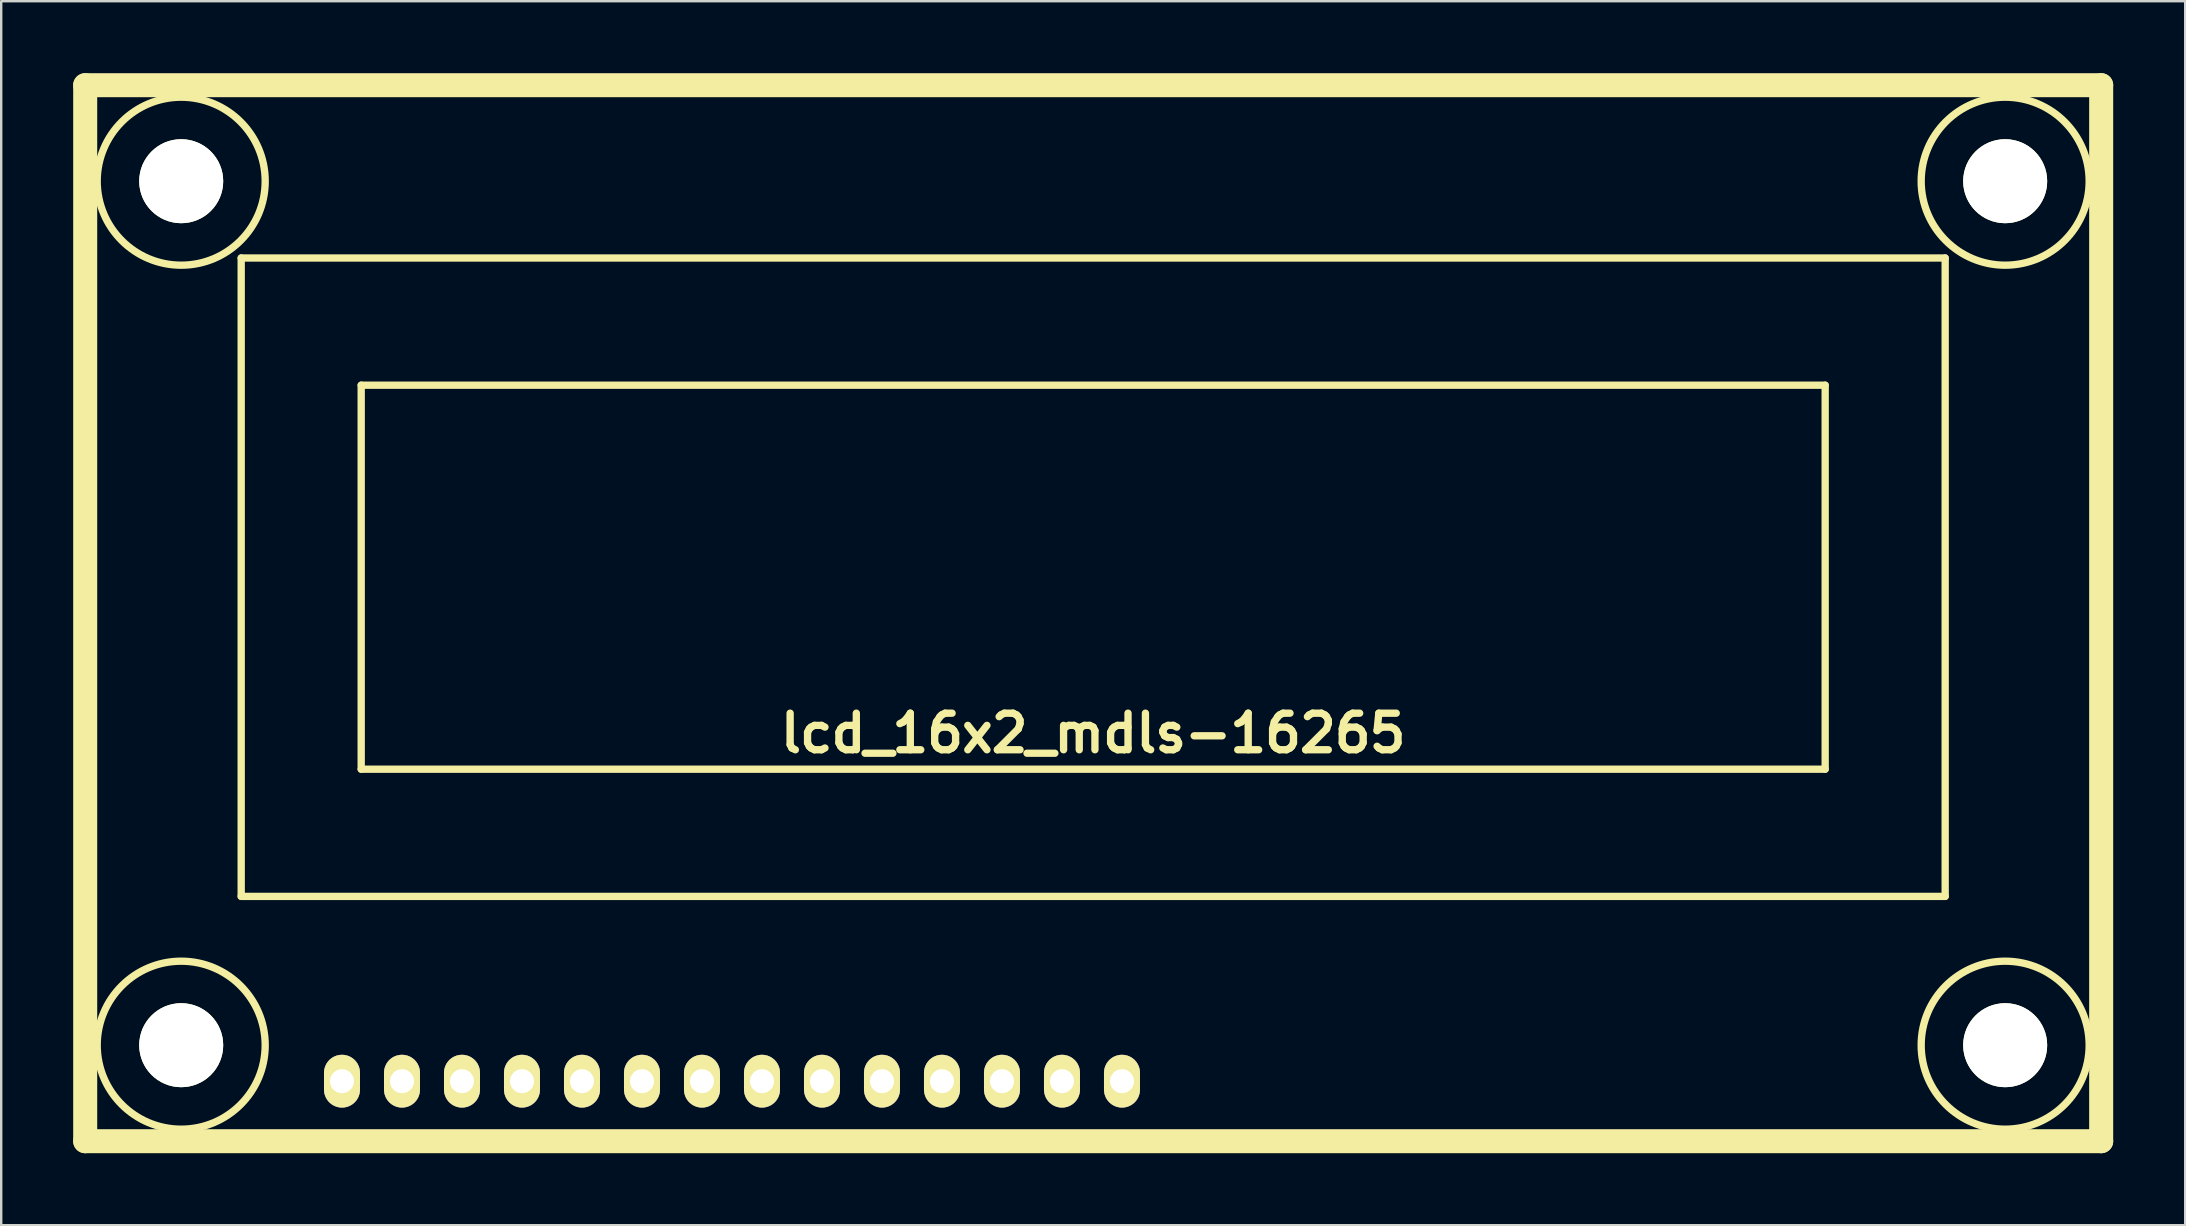
<source format=kicad_pcb>
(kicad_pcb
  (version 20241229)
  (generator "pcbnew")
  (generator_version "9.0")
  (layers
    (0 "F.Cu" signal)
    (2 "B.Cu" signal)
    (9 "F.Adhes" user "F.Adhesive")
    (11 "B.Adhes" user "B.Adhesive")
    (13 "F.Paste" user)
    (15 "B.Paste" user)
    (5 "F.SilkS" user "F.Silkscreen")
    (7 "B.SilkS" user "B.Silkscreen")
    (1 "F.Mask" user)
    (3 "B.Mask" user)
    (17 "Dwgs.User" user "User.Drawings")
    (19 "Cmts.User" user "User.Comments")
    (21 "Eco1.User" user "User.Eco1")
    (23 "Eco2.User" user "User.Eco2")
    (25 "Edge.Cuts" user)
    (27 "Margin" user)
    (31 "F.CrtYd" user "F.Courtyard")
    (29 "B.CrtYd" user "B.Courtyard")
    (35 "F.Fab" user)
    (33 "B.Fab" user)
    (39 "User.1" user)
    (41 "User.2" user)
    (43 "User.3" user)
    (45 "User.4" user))
  (footprint "lcd_16x2_mdls-16265"
    (layer "F.Cu")
    (at 42.5 22.5)
    (property "Reference" "lcd_16x2_mdls-16265" (at 0 5.001 0) (layer "F.SilkS") (effects (font (size 1.524 1.524) (thickness 0.305))))
    (attr through_hole)
    (fp_line (start -42 -22) (end 42 -22) (stroke (width 1.001) (type solid)) (layer "F.SilkS"))
    (fp_line (start -42 22) (end -42 -22) (stroke (width 1.001) (type solid)) (layer "F.SilkS"))
    (fp_line (start -35.5 -14.8) (end 35.5 -14.8) (stroke (width 0.305) (type solid)) (layer "F.SilkS"))
    (fp_line (start -35.5 11.8) (end -35.5 -14.8) (stroke (width 0.305) (type solid)) (layer "F.SilkS"))
    (fp_line (start -30.5 -9.5) (end -30.5 6.5) (stroke (width 0.305) (type solid)) (layer "F.SilkS"))
    (fp_line (start -30.5 6.5) (end 30.5 6.5) (stroke (width 0.305) (type solid)) (layer "F.SilkS"))
    (fp_line (start 30.5 -9.5) (end -30.5 -9.5) (stroke (width 0.305) (type solid)) (layer "F.SilkS"))
    (fp_line (start 30.5 6.5) (end 30.5 -9.5) (stroke (width 0.305) (type solid)) (layer "F.SilkS"))
    (fp_line (start 35.5 -14.8) (end 35.5 11.8) (stroke (width 0.305) (type solid)) (layer "F.SilkS"))
    (fp_line (start 35.5 11.8) (end -35.5 11.8) (stroke (width 0.305) (type solid)) (layer "F.SilkS"))
    (fp_line (start 42 -22) (end 42 22) (stroke (width 1.001) (type solid)) (layer "F.SilkS"))
    (fp_line (start 42 22) (end -42 22) (stroke (width 1.001) (type solid)) (layer "F.SilkS"))
    (fp_circle (center -38 -18) (end -41.5 -18) (stroke (width 0.305) (type solid)) (fill no) (layer "F.SilkS"))
    (fp_circle (center -38 18) (end -41.5 18) (stroke (width 0.305) (type solid)) (fill no) (layer "F.SilkS"))
    (fp_circle (center 38 -18) (end 41.5 -18) (stroke (width 0.305) (type solid)) (fill no) (layer "F.SilkS"))
    (fp_circle (center 38 18) (end 41.5 18) (stroke (width 0.305) (type solid)) (fill no) (layer "F.SilkS"))
    (pad "" np_thru_hole circle (at -38 -18) (size 3.5 3.5) (drill 3.5) (layers "*.Cu" "*.Mask" "F.SilkS"))
    (pad "" np_thru_hole circle (at -38 18) (size 3.5 3.5) (drill 3.5) (layers "*.Cu" "*.Mask" "F.SilkS"))
    (pad "" np_thru_hole circle (at 38 -18) (size 3.5 3.5) (drill 3.5) (layers "*.Cu" "*.Mask" "F.SilkS"))
    (pad "" np_thru_hole circle (at 38 18) (size 3.5 3.5) (drill 3.5) (layers "*.Cu" "*.Mask" "F.SilkS"))
    (pad "1" thru_hole oval (at 1.2 19.5) (size 1.5 2.2) (drill 1) (layers "*.Cu" "*.Mask" "F.SilkS"))
    (pad "2" thru_hole oval (at -1.3 19.5) (size 1.5 2.2) (drill 1) (layers "*.Cu" "*.Mask" "F.SilkS"))
    (pad "3" thru_hole oval (at -3.8 19.5) (size 1.5 2.2) (drill 1) (layers "*.Cu" "*.Mask" "F.SilkS"))
    (pad "4" thru_hole oval (at -6.3 19.5) (size 1.5 2.2) (drill 1) (layers "*.Cu" "*.Mask" "F.SilkS"))
    (pad "5" thru_hole oval (at -8.8 19.5) (size 1.5 2.2) (drill 1) (layers "*.Cu" "*.Mask" "F.SilkS"))
    (pad "6" thru_hole oval (at -11.3 19.5) (size 1.5 2.2) (drill 1) (layers "*.Cu" "*.Mask" "F.SilkS"))
    (pad "7" thru_hole oval (at -13.8 19.5) (size 1.5 2.2) (drill 1) (layers "*.Cu" "*.Mask" "F.SilkS"))
    (pad "8" thru_hole oval (at -16.3 19.5) (size 1.5 2.2) (drill 1) (layers "*.Cu" "*.Mask" "F.SilkS"))
    (pad "9" thru_hole oval (at -18.8 19.5) (size 1.5 2.2) (drill 1) (layers "*.Cu" "*.Mask" "F.SilkS"))
    (pad "10" thru_hole oval (at -21.3 19.5) (size 1.5 2.2) (drill 1) (layers "*.Cu" "*.Mask" "F.SilkS"))
    (pad "11" thru_hole oval (at -23.8 19.5) (size 1.5 2.2) (drill 1) (layers "*.Cu" "*.Mask" "F.SilkS"))
    (pad "12" thru_hole oval (at -26.3 19.5) (size 1.5 2.2) (drill 1) (layers "*.Cu" "*.Mask" "F.SilkS"))
    (pad "13" thru_hole oval (at -28.8 19.5) (size 1.5 2.2) (drill 1) (layers "*.Cu" "*.Mask" "F.SilkS"))
    (pad "14" thru_hole oval (at -31.3 19.5) (size 1.5 2.2) (drill 1) (layers "*.Cu" "*.Mask" "F.SilkS")))
  (gr_rect
    (start -3 -3)
    (end 88.001 48.001)
    (stroke (width 0.1) (type default))
    (fill no)
    (layer "Edge.Cuts")))
</source>
